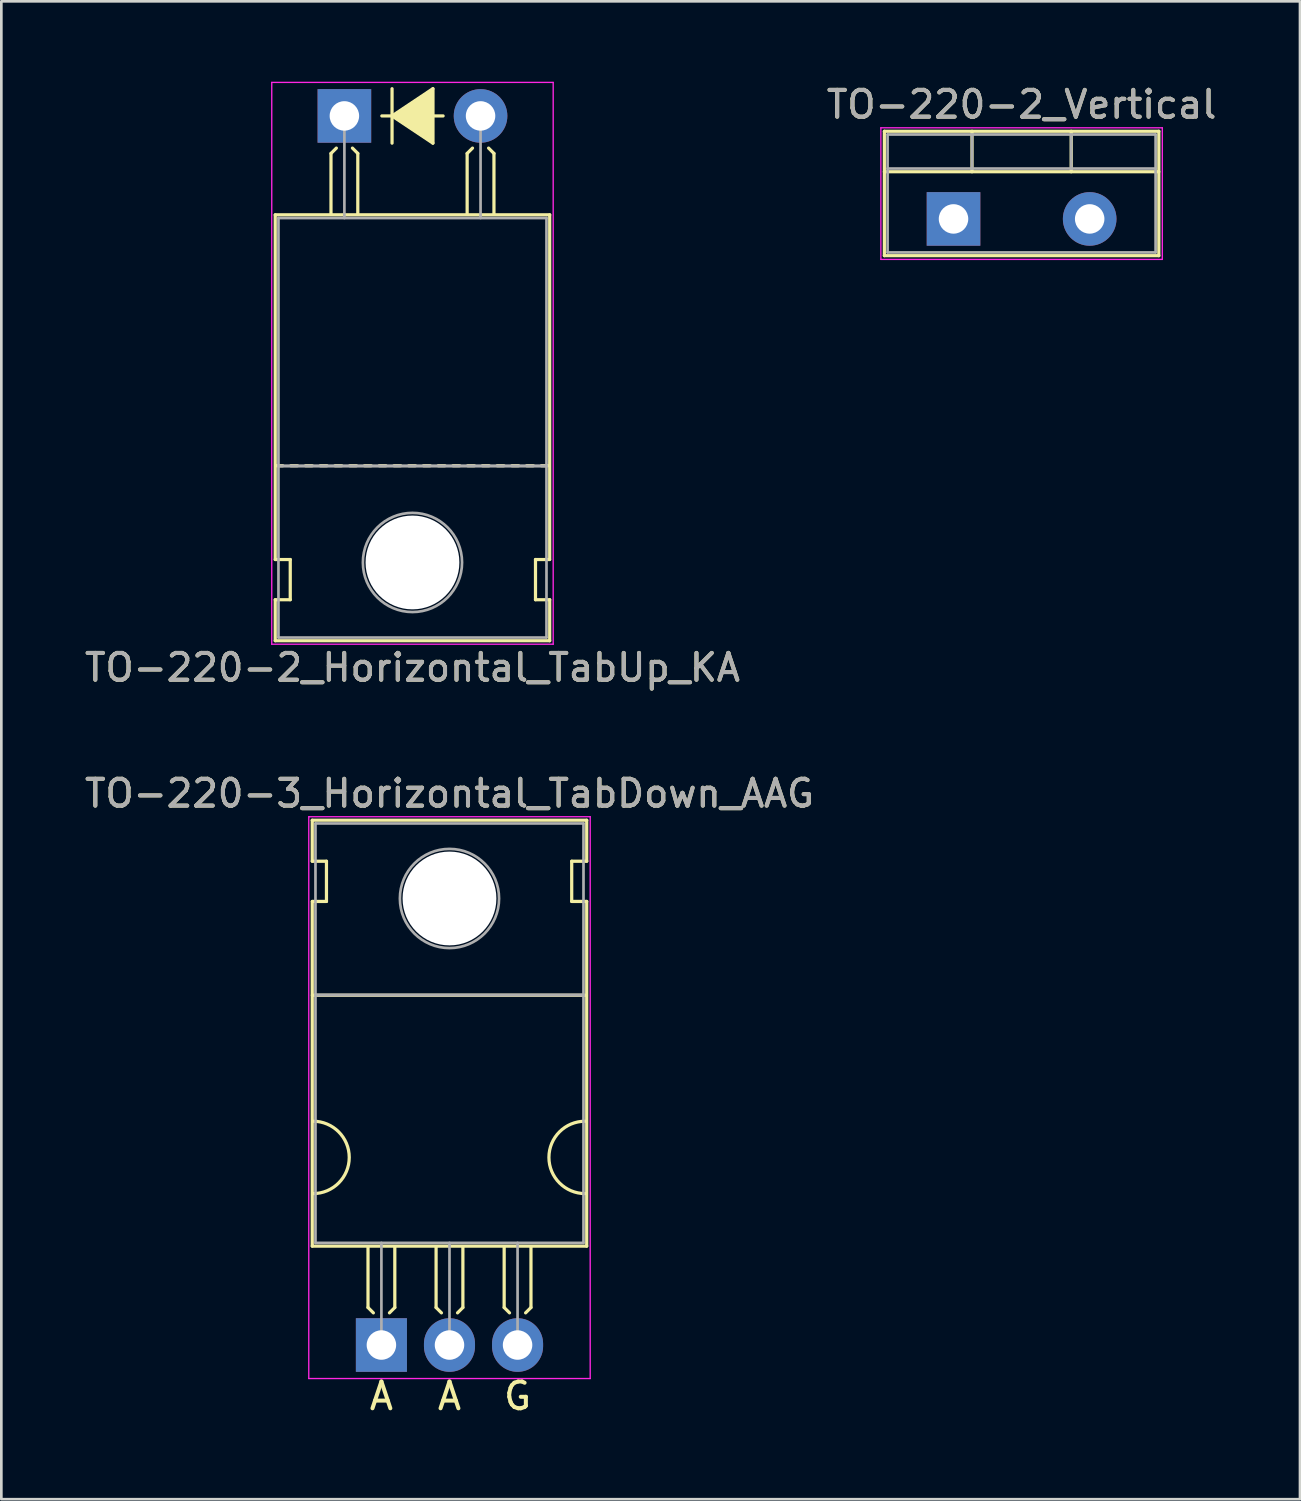
<source format=kicad_pcb>
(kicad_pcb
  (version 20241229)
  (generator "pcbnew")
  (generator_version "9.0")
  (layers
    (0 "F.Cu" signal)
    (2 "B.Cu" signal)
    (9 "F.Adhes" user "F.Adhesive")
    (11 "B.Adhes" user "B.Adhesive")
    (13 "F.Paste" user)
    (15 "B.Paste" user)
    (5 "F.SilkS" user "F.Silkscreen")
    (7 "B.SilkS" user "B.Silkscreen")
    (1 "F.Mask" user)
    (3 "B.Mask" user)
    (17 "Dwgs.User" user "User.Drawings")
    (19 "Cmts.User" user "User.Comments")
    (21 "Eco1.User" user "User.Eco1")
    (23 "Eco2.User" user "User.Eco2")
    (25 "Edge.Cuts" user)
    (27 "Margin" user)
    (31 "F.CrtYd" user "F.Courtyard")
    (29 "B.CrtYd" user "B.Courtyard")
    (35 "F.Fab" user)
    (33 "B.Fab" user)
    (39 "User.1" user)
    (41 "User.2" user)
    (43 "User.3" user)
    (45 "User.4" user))
  (footprint "TO-220-2_Horizontal_TabUp_KA"
    (layer "F.Cu")
    (at 9.799 1.275)
    (property "Reference" "TO-220-2_Horizontal_TabUp_KA" (at 2.54 20.58 0) (layer "F.SilkS") (effects (font (size 1 1) (thickness 0.15))))
    (attr through_hole)
    (fp_line (start -2.58 16.55) (end -2.58 3.69) (stroke (width 0.12) (type solid)) (layer "F.SilkS"))
    (fp_line (start -2.58 16.55) (end -2.02 16.55) (stroke (width 0.12) (type solid)) (layer "F.SilkS"))
    (fp_line (start -2.58 19.58) (end -2.58 18.05) (stroke (width 0.12) (type solid)) (layer "F.SilkS"))
    (fp_line (start -2.3 13.05) (end -2.55 13.05) (stroke (width 0.12) (type solid)) (layer "F.SilkS"))
    (fp_line (start -2.02 16.55) (end -2.02 18.05) (stroke (width 0.12) (type solid)) (layer "F.SilkS"))
    (fp_line (start -2.02 18.05) (end -2.58 18.05) (stroke (width 0.12) (type solid)) (layer "F.SilkS"))
    (fp_line (start -1.75 13.05) (end -2 13.05) (stroke (width 0.12) (type solid)) (layer "F.SilkS"))
    (fp_line (start -1.2 13.05) (end -1.45 13.05) (stroke (width 0.12) (type solid)) (layer "F.SilkS"))
    (fp_line (start -0.65 13.05) (end -0.9 13.05) (stroke (width 0.12) (type solid)) (layer "F.SilkS"))
    (fp_line (start -0.5 1.4) (end -0.3 1.2) (stroke (width 0.12) (type solid)) (layer "F.SilkS"))
    (fp_line (start -0.5 3.65) (end -0.5 1.4) (stroke (width 0.12) (type solid)) (layer "F.SilkS"))
    (fp_line (start -0.1 13.05) (end -0.35 13.05) (stroke (width 0.12) (type solid)) (layer "F.SilkS"))
    (fp_line (start 0.45 13.05) (end 0.2 13.05) (stroke (width 0.12) (type solid)) (layer "F.SilkS"))
    (fp_line (start 0.5 1.4) (end 0.3 1.2) (stroke (width 0.12) (type solid)) (layer "F.SilkS"))
    (fp_line (start 0.5 3.65) (end 0.5 1.4) (stroke (width 0.12) (type solid)) (layer "F.SilkS"))
    (fp_line (start 1 13.05) (end 0.75 13.05) (stroke (width 0.12) (type solid)) (layer "F.SilkS"))
    (fp_line (start 1.397 0) (end 1.778 0) (stroke (width 0.12) (type solid)) (layer "F.SilkS"))
    (fp_line (start 1.55 13.05) (end 1.3 13.05) (stroke (width 0.12) (type solid)) (layer "F.SilkS"))
    (fp_line (start 1.778 0) (end 1.778 -1.016) (stroke (width 0.12) (type solid)) (layer "F.SilkS"))
    (fp_line (start 1.778 0) (end 1.778 1.016) (stroke (width 0.12) (type solid)) (layer "F.SilkS"))
    (fp_line (start 1.778 0) (end 3.302 1.016) (stroke (width 0.12) (type solid)) (layer "F.SilkS"))
    (fp_line (start 2.1 13.05) (end 1.85 13.05) (stroke (width 0.12) (type solid)) (layer "F.SilkS"))
    (fp_line (start 2.65 13.05) (end 2.4 13.05) (stroke (width 0.12) (type solid)) (layer "F.SilkS"))
    (fp_line (start 3.2 13.05) (end 2.95 13.05) (stroke (width 0.12) (type solid)) (layer "F.SilkS"))
    (fp_line (start 3.302 -1.016) (end 1.778 0) (stroke (width 0.12) (type solid)) (layer "F.SilkS"))
    (fp_line (start 3.302 0) (end 3.683 0) (stroke (width 0.12) (type solid)) (layer "F.SilkS"))
    (fp_line (start 3.302 1.016) (end 3.302 -1.016) (stroke (width 0.12) (type solid)) (layer "F.SilkS"))
    (fp_line (start 3.75 13.05) (end 3.5 13.05) (stroke (width 0.12) (type solid)) (layer "F.SilkS"))
    (fp_line (start 4.3 13.05) (end 4.05 13.05) (stroke (width 0.12) (type solid)) (layer "F.SilkS"))
    (fp_line (start 4.58 1.4) (end 4.78 1.2) (stroke (width 0.12) (type solid)) (layer "F.SilkS"))
    (fp_line (start 4.58 3.65) (end 4.58 1.4) (stroke (width 0.12) (type solid)) (layer "F.SilkS"))
    (fp_line (start 4.85 13.05) (end 4.6 13.05) (stroke (width 0.12) (type solid)) (layer "F.SilkS"))
    (fp_line (start 5.4 13.05) (end 5.15 13.05) (stroke (width 0.12) (type solid)) (layer "F.SilkS"))
    (fp_line (start 5.58 1.4) (end 5.38 1.2) (stroke (width 0.12) (type solid)) (layer "F.SilkS"))
    (fp_line (start 5.58 3.65) (end 5.58 1.4) (stroke (width 0.12) (type solid)) (layer "F.SilkS"))
    (fp_line (start 5.95 13.05) (end 5.7 13.05) (stroke (width 0.12) (type solid)) (layer "F.SilkS"))
    (fp_line (start 6.5 13.05) (end 6.25 13.05) (stroke (width 0.12) (type solid)) (layer "F.SilkS"))
    (fp_line (start 7.05 13.05) (end 6.8 13.05) (stroke (width 0.12) (type solid)) (layer "F.SilkS"))
    (fp_line (start 7.13 16.55) (end 7.655 16.55) (stroke (width 0.12) (type solid)) (layer "F.SilkS"))
    (fp_line (start 7.13 18.05) (end 7.13 16.55) (stroke (width 0.12) (type solid)) (layer "F.SilkS"))
    (fp_line (start 7.6 13.05) (end 7.35 13.05) (stroke (width 0.12) (type solid)) (layer "F.SilkS"))
    (fp_line (start 7.66 3.69) (end -2.58 3.69) (stroke (width 0.12) (type solid)) (layer "F.SilkS"))
    (fp_line (start 7.66 16.55) (end 7.66 3.69) (stroke (width 0.12) (type solid)) (layer "F.SilkS"))
    (fp_line (start 7.66 18.05) (end 7.13 18.05) (stroke (width 0.12) (type solid)) (layer "F.SilkS"))
    (fp_line (start 7.66 19.58) (end -2.58 19.58) (stroke (width 0.12) (type solid)) (layer "F.SilkS"))
    (fp_line (start 7.66 19.58) (end 7.66 18.05) (stroke (width 0.12) (type solid)) (layer "F.SilkS"))
    (fp_poly (pts (xy 3.3 1) (xy 1.8 0) (xy 3.3 -1)) (stroke (width 0.1) (type solid)) (fill yes) (layer "F.SilkS"))
    (fp_line (start -2.71 -1.25) (end -2.71 19.71) (stroke (width 0.05) (type solid)) (layer "F.CrtYd"))
    (fp_line (start -2.71 19.71) (end 7.79 19.71) (stroke (width 0.05) (type solid)) (layer "F.CrtYd"))
    (fp_line (start 7.79 -1.25) (end -2.71 -1.25) (stroke (width 0.05) (type solid)) (layer "F.CrtYd"))
    (fp_line (start 7.79 19.71) (end 7.79 -1.25) (stroke (width 0.05) (type solid)) (layer "F.CrtYd"))
    (fp_line (start -2.46 3.81) (end -2.46 13.06) (stroke (width 0.1) (type solid)) (layer "F.Fab"))
    (fp_line (start -2.46 13.06) (end -2.46 19.46) (stroke (width 0.1) (type solid)) (layer "F.Fab"))
    (fp_line (start -2.46 13.06) (end 7.54 13.06) (stroke (width 0.1) (type solid)) (layer "F.Fab"))
    (fp_line (start -2.46 19.46) (end 7.54 19.46) (stroke (width 0.1) (type solid)) (layer "F.Fab"))
    (fp_line (start 0 3.81) (end 0 0) (stroke (width 0.1) (type solid)) (layer "F.Fab"))
    (fp_line (start 5.08 3.81) (end 5.08 0) (stroke (width 0.1) (type solid)) (layer "F.Fab"))
    (fp_line (start 7.54 3.81) (end -2.46 3.81) (stroke (width 0.1) (type solid)) (layer "F.Fab"))
    (fp_line (start 7.54 13.06) (end -2.46 13.06) (stroke (width 0.1) (type solid)) (layer "F.Fab"))
    (fp_line (start 7.54 13.06) (end 7.54 3.81) (stroke (width 0.1) (type solid)) (layer "F.Fab"))
    (fp_line (start 7.54 19.46) (end 7.54 13.06) (stroke (width 0.1) (type solid)) (layer "F.Fab"))
    (fp_circle (center 2.54 16.66) (end 4.39 16.66) (stroke (width 0.1) (type solid)) (fill no) (layer "F.Fab"))
    (fp_text user "${REFERENCE}" (at 2.54 20.58 0) (layer "F.Fab") (effects (font (size 1 1) (thickness 0.15))))
    (pad "" np_thru_hole oval (at 2.54 16.66) (size 3.5 3.5) (drill 3.5) (layers "*.Cu" "*.Mask"))
    (pad "1" thru_hole rect (at 0 0) (size 2 2) (drill 1.1) (layers "*.Cu" "*.Mask"))
    (pad "2" thru_hole oval (at 5.08 0) (size 2 2) (drill 1.1) (layers "*.Cu" "*.Mask")))
  (footprint "TO-220-2_Vertical"
    (layer "F.Cu")
    (at 32.525 5.118)
    (property "Reference" "TO-220-2_Vertical" (at 2.54 -4.27 0) (layer "F.SilkS") (effects (font (size 1 1) (thickness 0.15))))
    (attr through_hole)
    (fp_line (start -2.58 -3.27) (end -2.58 1.371) (stroke (width 0.12) (type solid)) (layer "F.SilkS"))
    (fp_line (start -2.58 -3.27) (end 7.66 -3.27) (stroke (width 0.12) (type solid)) (layer "F.SilkS"))
    (fp_line (start -2.58 -1.76) (end 7.66 -1.76) (stroke (width 0.12) (type solid)) (layer "F.SilkS"))
    (fp_line (start -2.58 1.371) (end 7.66 1.371) (stroke (width 0.12) (type solid)) (layer "F.SilkS"))
    (fp_line (start 0.69 -3.27) (end 0.69 -1.76) (stroke (width 0.12) (type solid)) (layer "F.SilkS"))
    (fp_line (start 4.391 -3.27) (end 4.391 -1.76) (stroke (width 0.12) (type solid)) (layer "F.SilkS"))
    (fp_line (start 7.66 -3.27) (end 7.66 1.371) (stroke (width 0.12) (type solid)) (layer "F.SilkS"))
    (fp_line (start -2.71 -3.4) (end -2.71 1.51) (stroke (width 0.05) (type solid)) (layer "F.CrtYd"))
    (fp_line (start -2.71 1.51) (end 7.79 1.51) (stroke (width 0.05) (type solid)) (layer "F.CrtYd"))
    (fp_line (start 7.79 -3.4) (end -2.71 -3.4) (stroke (width 0.05) (type solid)) (layer "F.CrtYd"))
    (fp_line (start 7.79 1.51) (end 7.79 -3.4) (stroke (width 0.05) (type solid)) (layer "F.CrtYd"))
    (fp_line (start -2.46 -3.15) (end -2.46 1.25) (stroke (width 0.1) (type solid)) (layer "F.Fab"))
    (fp_line (start -2.46 -1.88) (end 7.54 -1.88) (stroke (width 0.1) (type solid)) (layer "F.Fab"))
    (fp_line (start -2.46 1.25) (end 7.54 1.25) (stroke (width 0.1) (type solid)) (layer "F.Fab"))
    (fp_line (start 0.69 -3.15) (end 0.69 -1.88) (stroke (width 0.1) (type solid)) (layer "F.Fab"))
    (fp_line (start 4.39 -3.15) (end 4.39 -1.88) (stroke (width 0.1) (type solid)) (layer "F.Fab"))
    (fp_line (start 7.54 -3.15) (end -2.46 -3.15) (stroke (width 0.1) (type solid)) (layer "F.Fab"))
    (fp_line (start 7.54 1.25) (end 7.54 -3.15) (stroke (width 0.1) (type solid)) (layer "F.Fab"))
    (fp_text user "${REFERENCE}" (at 2.54 -4.27 0) (layer "F.Fab") (effects (font (size 1 1) (thickness 0.15))))
    (pad "1" thru_hole rect (at 0 0) (size 2 2) (drill 1.1) (layers "*.Cu" "*.Mask"))
    (pad "2" thru_hole oval (at 5.08 0) (size 2 2) (drill 1.1) (layers "*.Cu" "*.Mask")))
  (footprint "TO-220-3_Horizontal_TabDown_AAG"
    (layer "F.Cu")
    (at 11.18 47.132)
    (property "Reference" "TO-220-3_Horizontal_TabDown_AAG" (at 2.54 -20.58 0) (layer "F.SilkS") (effects (font (size 1 1) (thickness 0.15))))
    (fp_line (start -2.58 -19.58) (end -2.58 -18.05) (stroke (width 0.12) (type solid)) (layer "F.SilkS"))
    (fp_line (start -2.58 -19.58) (end 7.66 -19.58) (stroke (width 0.12) (type solid)) (layer "F.SilkS"))
    (fp_line (start -2.58 -18.05) (end -2.05 -18.05) (stroke (width 0.12) (type solid)) (layer "F.SilkS"))
    (fp_line (start -2.58 -16.55) (end -2.58 -3.69) (stroke (width 0.12) (type solid)) (layer "F.SilkS"))
    (fp_line (start -2.58 -3.69) (end 7.66 -3.69) (stroke (width 0.12) (type solid)) (layer "F.SilkS"))
    (fp_line (start -2.575 -13.05) (end 7.65 -13.05) (stroke (width 0.12) (type solid)) (layer "F.SilkS"))
    (fp_line (start -2.05 -18.05) (end -2.05 -16.55) (stroke (width 0.12) (type solid)) (layer "F.SilkS"))
    (fp_line (start -2.05 -16.55) (end -2.575 -16.55) (stroke (width 0.12) (type solid)) (layer "F.SilkS"))
    (fp_line (start -0.5 -3.65) (end -0.5 -1.4) (stroke (width 0.12) (type solid)) (layer "F.SilkS"))
    (fp_line (start -0.5 -1.4) (end -0.3 -1.2) (stroke (width 0.12) (type solid)) (layer "F.SilkS"))
    (fp_line (start 0.5 -3.65) (end 0.5 -1.4) (stroke (width 0.12) (type solid)) (layer "F.SilkS"))
    (fp_line (start 0.5 -1.4) (end 0.3 -1.2) (stroke (width 0.12) (type solid)) (layer "F.SilkS"))
    (fp_line (start 2.04 -3.65) (end 2.04 -1.4) (stroke (width 0.12) (type solid)) (layer "F.SilkS"))
    (fp_line (start 2.04 -1.4) (end 2.24 -1.2) (stroke (width 0.12) (type solid)) (layer "F.SilkS"))
    (fp_line (start 3.04 -3.65) (end 3.04 -1.4) (stroke (width 0.12) (type solid)) (layer "F.SilkS"))
    (fp_line (start 3.04 -1.4) (end 2.84 -1.2) (stroke (width 0.12) (type solid)) (layer "F.SilkS"))
    (fp_line (start 4.58 -3.65) (end 4.58 -1.4) (stroke (width 0.12) (type solid)) (layer "F.SilkS"))
    (fp_line (start 4.58 -1.4) (end 4.78 -1.2) (stroke (width 0.12) (type solid)) (layer "F.SilkS"))
    (fp_line (start 5.58 -3.65) (end 5.58 -1.4) (stroke (width 0.12) (type solid)) (layer "F.SilkS"))
    (fp_line (start 5.58 -1.4) (end 5.38 -1.2) (stroke (width 0.12) (type solid)) (layer "F.SilkS"))
    (fp_line (start 7.1 -18.05) (end 7.66 -18.05) (stroke (width 0.12) (type solid)) (layer "F.SilkS"))
    (fp_line (start 7.1 -16.55) (end 7.1 -18.05) (stroke (width 0.12) (type solid)) (layer "F.SilkS"))
    (fp_line (start 7.66 -19.58) (end 7.66 -18.05) (stroke (width 0.12) (type solid)) (layer "F.SilkS"))
    (fp_line (start 7.66 -16.55) (end 7.1 -16.55) (stroke (width 0.12) (type solid)) (layer "F.SilkS"))
    (fp_line (start 7.66 -16.55) (end 7.66 -3.69) (stroke (width 0.12) (type solid)) (layer "F.SilkS"))
    (fp_arc (start -2.55 -8.35) (mid -1.2 -7) (end -2.55 -5.65) (stroke (width 0.12) (type solid)) (layer "F.SilkS"))
    (fp_arc (start 7.6 -5.65) (mid 6.25 -7) (end 7.6 -8.35) (stroke (width 0.12) (type solid)) (layer "F.SilkS"))
    (fp_line (start -2.71 -19.71) (end -2.71 1.25) (stroke (width 0.05) (type solid)) (layer "F.CrtYd"))
    (fp_line (start -2.71 1.25) (end 7.79 1.25) (stroke (width 0.05) (type solid)) (layer "F.CrtYd"))
    (fp_line (start 7.79 -19.71) (end -2.71 -19.71) (stroke (width 0.05) (type solid)) (layer "F.CrtYd"))
    (fp_line (start 7.79 1.25) (end 7.79 -19.71) (stroke (width 0.05) (type solid)) (layer "F.CrtYd"))
    (fp_line (start -2.46 -19.46) (end 7.54 -19.46) (stroke (width 0.1) (type solid)) (layer "F.Fab"))
    (fp_line (start -2.46 -13.06) (end -2.46 -19.46) (stroke (width 0.1) (type solid)) (layer "F.Fab"))
    (fp_line (start -2.46 -13.06) (end 7.54 -13.06) (stroke (width 0.1) (type solid)) (layer "F.Fab"))
    (fp_line (start -2.46 -3.81) (end -2.46 -13.06) (stroke (width 0.1) (type solid)) (layer "F.Fab"))
    (fp_line (start 0 -3.81) (end 0 0) (stroke (width 0.1) (type solid)) (layer "F.Fab"))
    (fp_line (start 2.54 -3.81) (end 2.54 0) (stroke (width 0.1) (type solid)) (layer "F.Fab"))
    (fp_line (start 5.08 -3.81) (end 5.08 0) (stroke (width 0.1) (type solid)) (layer "F.Fab"))
    (fp_line (start 7.54 -19.46) (end 7.54 -13.06) (stroke (width 0.1) (type solid)) (layer "F.Fab"))
    (fp_line (start 7.54 -13.06) (end -2.46 -13.06) (stroke (width 0.1) (type solid)) (layer "F.Fab"))
    (fp_line (start 7.54 -13.06) (end 7.54 -3.81) (stroke (width 0.1) (type solid)) (layer "F.Fab"))
    (fp_line (start 7.54 -3.81) (end -2.46 -3.81) (stroke (width 0.1) (type solid)) (layer "F.Fab"))
    (fp_circle (center 2.54 -16.66) (end 4.39 -16.66) (stroke (width 0.1) (type solid)) (fill no) (layer "F.Fab"))
    (fp_text user "G" (at 5.08 1.905 0) (unlocked yes) (layer "F.SilkS") (effects (font (size 1 1) (thickness 0.15))))
    (fp_text user "A" (at 2.54 1.905 0) (unlocked yes) (layer "F.SilkS") (effects (font (size 1 1) (thickness 0.15))))
    (fp_text user "A" (at 0 1.905 0) (unlocked yes) (layer "F.SilkS") (effects (font (size 1 1) (thickness 0.15))))
    (fp_text user "${REFERENCE}" (at 2.54 -20.58 0) (layer "F.Fab") (effects (font (size 1 1) (thickness 0.15))))
    (pad "" np_thru_hole oval (at 2.54 -16.66) (size 3.5 3.5) (drill 3.5) (layers "*.Cu" "*.Mask"))
    (pad "1" thru_hole rect (at 0 0) (size 1.905 2) (drill 1.1) (layers "*.Cu" "*.Mask"))
    (pad "2" thru_hole oval (at 2.54 0) (size 1.905 2) (drill 1.1) (layers "*.Cu" "*.Mask"))
    (pad "3" thru_hole oval (at 5.08 0) (size 1.905 2) (drill 1.1) (layers "*.Cu" "*.Mask")))
  (gr_rect
    (start -3 -3)
    (end 45.452 52.885)
    (stroke (width 0.1) (type default))
    (fill no)
    (layer "Edge.Cuts")))
</source>
